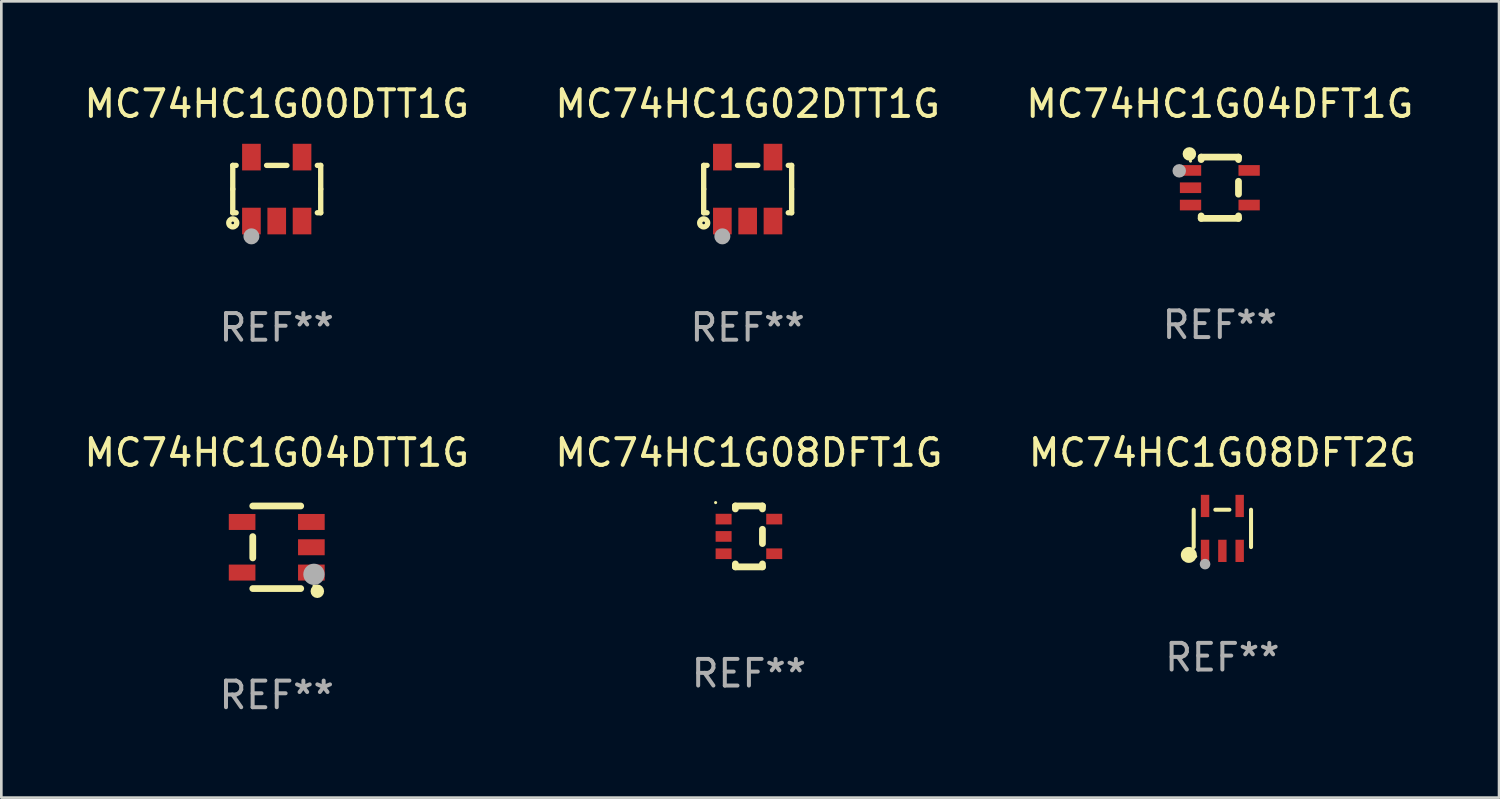
<source format=kicad_pcb>
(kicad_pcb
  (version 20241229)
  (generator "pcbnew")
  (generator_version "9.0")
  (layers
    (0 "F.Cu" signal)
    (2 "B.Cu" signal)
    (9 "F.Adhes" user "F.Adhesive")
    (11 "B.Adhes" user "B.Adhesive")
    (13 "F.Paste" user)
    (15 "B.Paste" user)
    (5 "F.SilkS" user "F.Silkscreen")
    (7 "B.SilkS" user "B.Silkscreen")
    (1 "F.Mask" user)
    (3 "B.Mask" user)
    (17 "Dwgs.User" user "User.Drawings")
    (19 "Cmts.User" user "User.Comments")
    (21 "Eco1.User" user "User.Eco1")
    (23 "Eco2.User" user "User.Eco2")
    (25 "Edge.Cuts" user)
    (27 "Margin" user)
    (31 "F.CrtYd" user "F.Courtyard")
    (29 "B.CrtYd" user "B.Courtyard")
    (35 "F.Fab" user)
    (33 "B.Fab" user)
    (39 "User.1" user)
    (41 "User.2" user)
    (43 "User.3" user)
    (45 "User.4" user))
  (footprint "MC74HC1G08DFT1G"
    (layer "F.Cu")
    (at 25.065 17.088)
    (property "Reference" "MC74HC1G08DFT1G" (at 0 -3.143 0) (layer "F.SilkS") (effects (font (size 1 1) (thickness 0.15))))
    (attr through_hole)
    (fp_line (start -0.508 -1.143) (end 0.508 -1.143) (stroke (width 0.254) (type solid)) (layer "F.SilkS"))
    (fp_line (start -0.508 -1.032) (end -0.508 -1.143) (stroke (width 0.254) (type solid)) (layer "F.SilkS"))
    (fp_line (start -0.508 1.143) (end -0.508 1.032) (stroke (width 0.254) (type solid)) (layer "F.SilkS"))
    (fp_line (start 0.508 -1.143) (end 0.508 -1.032) (stroke (width 0.254) (type solid)) (layer "F.SilkS"))
    (fp_line (start 0.508 -0.268) (end 0.508 0.268) (stroke (width 0.254) (type solid)) (layer "F.SilkS"))
    (fp_line (start 0.508 1.032) (end 0.508 1.143) (stroke (width 0.254) (type solid)) (layer "F.SilkS"))
    (fp_line (start 0.508 1.143) (end -0.508 1.143) (stroke (width 0.254) (type solid)) (layer "F.SilkS"))
    (fp_circle (center -1.25 -1.27) (end -1.22 -1.27) (stroke (width 0.06) (type solid)) (fill no) (layer "F.SilkS"))
    (fp_text user "REF**" (at 0 5.143 0) (layer "F.Fab") (effects (font (size 1 1) (thickness 0.15))))
    (pad "1" smd rect (at -0.95 -0.65 90) (size 0.4 0.6) (layers "F.Cu" "F.Mask" "F.Paste"))
    (pad "2" smd rect (at -0.95 0 90) (size 0.4 0.6) (layers "F.Cu" "F.Mask" "F.Paste"))
    (pad "3" smd rect (at -0.95 0.65 90) (size 0.4 0.6) (layers "F.Cu" "F.Mask" "F.Paste"))
    (pad "4" smd rect (at 0.95 0.65 90) (size 0.4 0.6) (layers "F.Cu" "F.Mask" "F.Paste"))
    (pad "5" smd rect (at 0.95 -0.65 90) (size 0.4 0.6) (layers "F.Cu" "F.Mask" "F.Paste")))
  (footprint "MC74HC1G04DFT1G"
    (layer "F.Cu")
    (at 42.744 3.998)
    (property "Reference" "MC74HC1G04DFT1G" (at 0 -3.15 0) (layer "F.SilkS") (effects (font (size 1 1) (thickness 0.15))))
    (attr through_hole)
    (fp_line (start -0.7 -1.15) (end -0.7 -1.058) (stroke (width 0.254) (type solid)) (layer "F.SilkS"))
    (fp_line (start -0.7 1.058) (end -0.7 1.15) (stroke (width 0.254) (type solid)) (layer "F.SilkS"))
    (fp_line (start 0.7 -1.15) (end -0.7 -1.15) (stroke (width 0.254) (type solid)) (layer "F.SilkS"))
    (fp_line (start 0.7 -1.15) (end 0.7 -1.058) (stroke (width 0.254) (type solid)) (layer "F.SilkS"))
    (fp_line (start 0.7 -0.242) (end 0.7 0.242) (stroke (width 0.254) (type solid)) (layer "F.SilkS"))
    (fp_line (start 0.7 1.058) (end 0.7 1.15) (stroke (width 0.254) (type solid)) (layer "F.SilkS"))
    (fp_line (start 0.7 1.15) (end -0.7 1.15) (stroke (width 0.254) (type solid)) (layer "F.SilkS"))
    (fp_circle (center -1.143 -1.27) (end -1.016 -1.27) (stroke (width 0.254) (type solid)) (fill no) (layer "F.SilkS"))
    (fp_circle (center -1.1 -1) (end -1.07 -1) (stroke (width 0.06) (type solid)) (fill no) (layer "F.SilkS"))
    (fp_circle (center -1.524 -0.635) (end -1.397 -0.635) (stroke (width 0.254) (type solid)) (fill no) (layer "F.Fab"))
    (fp_text user "REF**" (at 0 5.15 0) (layer "F.Fab") (effects (font (size 1 1) (thickness 0.15))))
    (pad "1" smd rect (at -1.1 -0.65 270) (size 0.4 0.8) (layers "F.Cu" "F.Mask" "F.Paste"))
    (pad "2" smd rect (at -1.1 -0.000051 270) (size 0.4 0.8) (layers "F.Cu" "F.Mask" "F.Paste"))
    (pad "3" smd rect (at -1.1 0.65 270) (size 0.4 0.8) (layers "F.Cu" "F.Mask" "F.Paste"))
    (pad "4" smd rect (at 1.1 0.65 270) (size 0.4 0.8) (layers "F.Cu" "F.Mask" "F.Paste"))
    (pad "5" smd rect (at 1.1 -0.65 270) (size 0.4 0.8) (layers "F.Cu" "F.Mask" "F.Paste")))
  (footprint "MC74HC1G04DTT1G"
    (layer "F.Cu")
    (at 7.339 17.495)
    (property "Reference" "MC74HC1G04DTT1G" (at 0 -3.55 0) (layer "F.SilkS") (effects (font (size 1 1) (thickness 0.15))))
    (attr through_hole)
    (fp_line (start -0.9 -1.55) (end 0.9 -1.55) (stroke (width 0.254) (type solid)) (layer "F.SilkS"))
    (fp_line (start -0.9 0.4) (end -0.9 -0.4) (stroke (width 0.254) (type solid)) (layer "F.SilkS"))
    (fp_line (start -0.9 1.55) (end 0.9 1.55) (stroke (width 0.254) (type solid)) (layer "F.SilkS"))
    (fp_circle (center 1.4 1.45) (end 1.43 1.45) (stroke (width 0.06) (type solid)) (fill no) (layer "F.SilkS"))
    (fp_circle (center 1.524 1.651) (end 1.651 1.651) (stroke (width 0.254) (type solid)) (fill no) (layer "F.SilkS"))
    (fp_circle (center 1.397 1.016) (end 1.597 1.016) (stroke (width 0.4) (type solid)) (fill no) (layer "F.Fab"))
    (fp_text user "REF**" (at 0 5.55 0) (layer "F.Fab") (effects (font (size 1 1) (thickness 0.15))))
    (pad "1" smd rect (at 1.3 0.95) (size 1 0.6) (layers "F.Cu" "F.Mask" "F.Paste"))
    (pad "2" smd rect (at 1.3 -0.000051) (size 1 0.6) (layers "F.Cu" "F.Mask" "F.Paste"))
    (pad "3" smd rect (at 1.3 -0.95) (size 1 0.6) (layers "F.Cu" "F.Mask" "F.Paste"))
    (pad "4" smd rect (at -1.3 -0.95) (size 1 0.6) (layers "F.Cu" "F.Mask" "F.Paste"))
    (pad "5" smd rect (at -1.3 0.95) (size 1 0.6) (layers "F.Cu" "F.Mask" "F.Paste")))
  (footprint "MC74HC1G00DTT1G"
    (layer "F.Cu")
    (at 7.339 4.048)
    (property "Reference" "MC74HC1G00DTT1G" (at 0 -3.2 0) (layer "F.SilkS") (effects (font (size 1 1) (thickness 0.15))))
    (attr through_hole)
    (fp_line (start -1.651 -0.889) (end -1.524 -0.889) (stroke (width 0.2) (type solid)) (layer "F.SilkS"))
    (fp_line (start -1.651 0) (end -1.651 -0.889) (stroke (width 0.2) (type solid)) (layer "F.SilkS"))
    (fp_line (start -1.651 0) (end -1.651 0.889) (stroke (width 0.2) (type solid)) (layer "F.SilkS"))
    (fp_line (start -1.651 0.889) (end -1.524 0.889) (stroke (width 0.2) (type solid)) (layer "F.SilkS"))
    (fp_line (start 0.381 -0.889) (end -0.381 -0.889) (stroke (width 0.2) (type solid)) (layer "F.SilkS"))
    (fp_line (start 1.651 -0.889) (end 1.524 -0.889) (stroke (width 0.2) (type solid)) (layer "F.SilkS"))
    (fp_line (start 1.651 0) (end 1.651 -0.889) (stroke (width 0.2) (type solid)) (layer "F.SilkS"))
    (fp_line (start 1.651 0) (end 1.651 0.889) (stroke (width 0.2) (type solid)) (layer "F.SilkS"))
    (fp_line (start 1.651 0.889) (end 1.524 0.889) (stroke (width 0.2) (type solid)) (layer "F.SilkS"))
    (fp_circle (center -1.651 1.27) (end -1.501 1.27) (stroke (width 0.2) (type solid)) (fill no) (layer "F.SilkS"))
    (fp_circle (center -1.5 1.375) (end -1.47 1.375) (stroke (width 0.06) (type solid)) (fill no) (layer "F.SilkS"))
    (fp_circle (center -0.95 1.775) (end -0.8 1.775) (stroke (width 0.3) (type solid)) (fill no) (layer "F.Fab"))
    (fp_text user "REF**" (at 0 5.2 0) (layer "F.Fab") (effects (font (size 1 1) (thickness 0.15))))
    (pad "1" smd rect (at -0.95 1.2) (size 0.7 1) (layers "F.Cu" "F.Mask" "F.Paste"))
    (pad "2" smd rect (at 0 1.2) (size 0.7 1) (layers "F.Cu" "F.Mask" "F.Paste"))
    (pad "3" smd rect (at 0.95 1.2) (size 0.7 1) (layers "F.Cu" "F.Mask" "F.Paste"))
    (pad "4" smd rect (at 0.95 -1.2) (size 0.7 1) (layers "F.Cu" "F.Mask" "F.Paste"))
    (pad "5" smd rect (at -0.95 -1.2) (size 0.7 1) (layers "F.Cu" "F.Mask" "F.Paste")))
  (footprint "MC74HC1G02DTT1G"
    (layer "F.Cu")
    (at 25.018 4.048)
    (property "Reference" "MC74HC1G02DTT1G" (at 0 -3.2 0) (layer "F.SilkS") (effects (font (size 1 1) (thickness 0.15))))
    (attr through_hole)
    (fp_line (start -1.651 -0.889) (end -1.524 -0.889) (stroke (width 0.2) (type solid)) (layer "F.SilkS"))
    (fp_line (start -1.651 0) (end -1.651 -0.889) (stroke (width 0.2) (type solid)) (layer "F.SilkS"))
    (fp_line (start -1.651 0) (end -1.651 0.889) (stroke (width 0.2) (type solid)) (layer "F.SilkS"))
    (fp_line (start -1.651 0.889) (end -1.524 0.889) (stroke (width 0.2) (type solid)) (layer "F.SilkS"))
    (fp_line (start 0.381 -0.889) (end -0.381 -0.889) (stroke (width 0.2) (type solid)) (layer "F.SilkS"))
    (fp_line (start 1.651 -0.889) (end 1.524 -0.889) (stroke (width 0.2) (type solid)) (layer "F.SilkS"))
    (fp_line (start 1.651 0) (end 1.651 -0.889) (stroke (width 0.2) (type solid)) (layer "F.SilkS"))
    (fp_line (start 1.651 0) (end 1.651 0.889) (stroke (width 0.2) (type solid)) (layer "F.SilkS"))
    (fp_line (start 1.651 0.889) (end 1.524 0.889) (stroke (width 0.2) (type solid)) (layer "F.SilkS"))
    (fp_circle (center -1.651 1.27) (end -1.501 1.27) (stroke (width 0.2) (type solid)) (fill no) (layer "F.SilkS"))
    (fp_circle (center -1.5 1.375) (end -1.47 1.375) (stroke (width 0.06) (type solid)) (fill no) (layer "F.SilkS"))
    (fp_circle (center -0.95 1.775) (end -0.8 1.775) (stroke (width 0.3) (type solid)) (fill no) (layer "F.Fab"))
    (fp_text user "REF**" (at 0 5.2 0) (layer "F.Fab") (effects (font (size 1 1) (thickness 0.15))))
    (pad "1" smd rect (at -0.95 1.2) (size 0.7 1) (layers "F.Cu" "F.Mask" "F.Paste"))
    (pad "2" smd rect (at 0 1.2) (size 0.7 1) (layers "F.Cu" "F.Mask" "F.Paste"))
    (pad "3" smd rect (at 0.95 1.2) (size 0.7 1) (layers "F.Cu" "F.Mask" "F.Paste"))
    (pad "4" smd rect (at 0.95 -1.2) (size 0.7 1) (layers "F.Cu" "F.Mask" "F.Paste"))
    (pad "5" smd rect (at -0.95 -1.2) (size 0.7 1) (layers "F.Cu" "F.Mask" "F.Paste")))
  (footprint "MC74HC1G08DFT2G"
    (layer "F.Cu")
    (at 42.839 16.787)
    (property "Reference" "MC74HC1G08DFT2G" (at 0 -2.843 0) (layer "F.SilkS") (effects (font (size 1 1) (thickness 0.15))))
    (attr through_hole)
    (fp_line (start -1.076 0.701) (end -1.076 -0.701) (stroke (width 0.152) (type solid)) (layer "F.SilkS"))
    (fp_line (start 0.264 -0.701) (end -0.264 -0.701) (stroke (width 0.152) (type solid)) (layer "F.SilkS"))
    (fp_line (start 1.076 0.701) (end 1.076 -0.701) (stroke (width 0.152) (type solid)) (layer "F.SilkS"))
    (fp_circle (center -1.26 0.995) (end -1.11 0.995) (stroke (width 0.3) (type solid)) (fill no) (layer "F.SilkS"))
    (fp_circle (center -1 1.05) (end -0.97 1.05) (stroke (width 0.06) (type solid)) (fill no) (layer "F.SilkS"))
    (fp_circle (center -0.65 1.341) (end -0.55 1.341) (stroke (width 0.2) (type solid)) (fill no) (layer "F.Fab"))
    (fp_text user "REF**" (at 0 4.843 0) (layer "F.Fab") (effects (font (size 1 1) (thickness 0.15))))
    (pad "1" smd rect (at -0.65 0.843) (size 0.315 0.835) (layers "F.Cu" "F.Mask" "F.Paste"))
    (pad "2" smd rect (at 0.00014 0.843) (size 0.315 0.835) (layers "F.Cu" "F.Mask" "F.Paste"))
    (pad "3" smd rect (at 0.65 0.843) (size 0.315 0.835) (layers "F.Cu" "F.Mask" "F.Paste"))
    (pad "4" smd rect (at 0.65 -0.843) (size 0.315 0.835) (layers "F.Cu" "F.Mask" "F.Paste"))
    (pad "5" smd rect (at -0.65 -0.843) (size 0.315 0.835) (layers "F.Cu" "F.Mask" "F.Paste")))
  (gr_rect
    (start -3 -3)
    (end 53.226 26.893)
    (stroke (width 0.1) (type default))
    (fill no)
    (layer "Edge.Cuts")))
</source>
